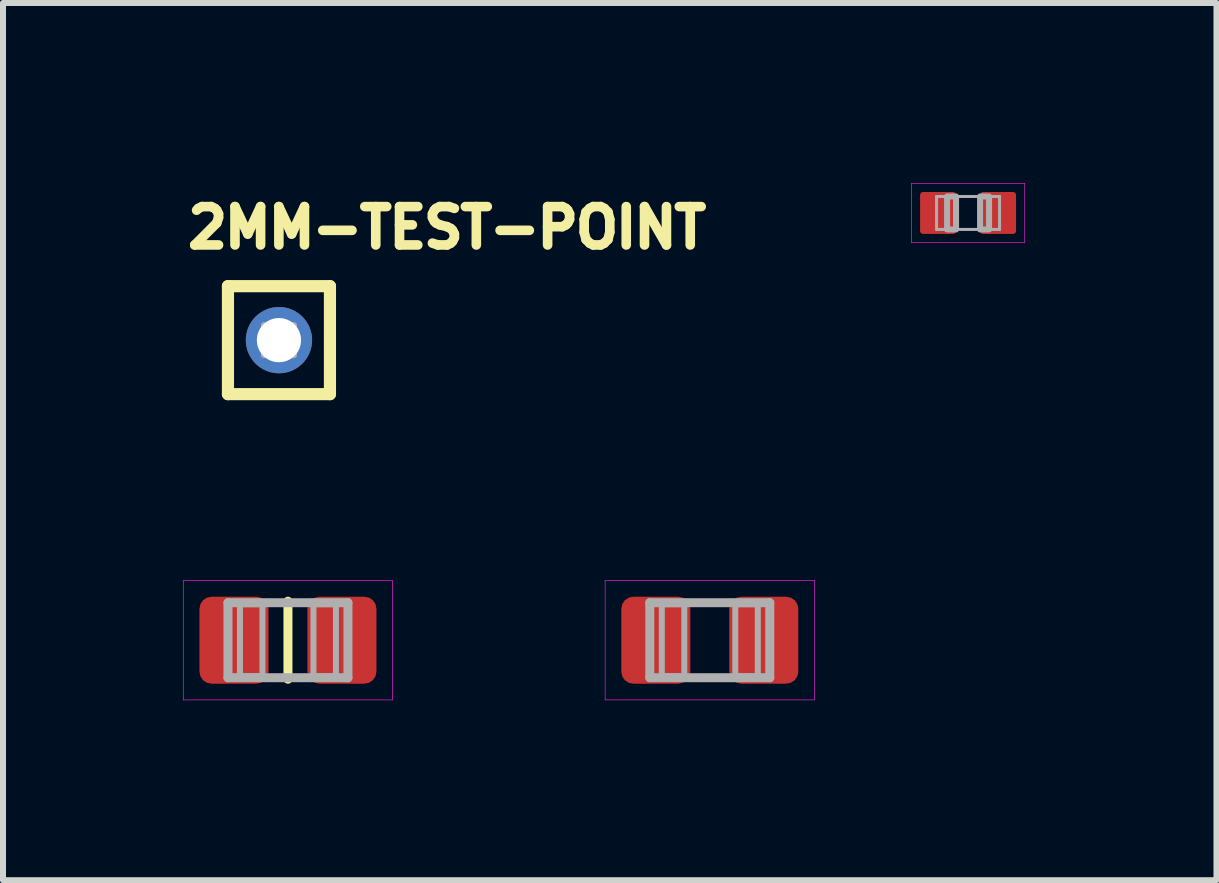
<source format=kicad_pcb>
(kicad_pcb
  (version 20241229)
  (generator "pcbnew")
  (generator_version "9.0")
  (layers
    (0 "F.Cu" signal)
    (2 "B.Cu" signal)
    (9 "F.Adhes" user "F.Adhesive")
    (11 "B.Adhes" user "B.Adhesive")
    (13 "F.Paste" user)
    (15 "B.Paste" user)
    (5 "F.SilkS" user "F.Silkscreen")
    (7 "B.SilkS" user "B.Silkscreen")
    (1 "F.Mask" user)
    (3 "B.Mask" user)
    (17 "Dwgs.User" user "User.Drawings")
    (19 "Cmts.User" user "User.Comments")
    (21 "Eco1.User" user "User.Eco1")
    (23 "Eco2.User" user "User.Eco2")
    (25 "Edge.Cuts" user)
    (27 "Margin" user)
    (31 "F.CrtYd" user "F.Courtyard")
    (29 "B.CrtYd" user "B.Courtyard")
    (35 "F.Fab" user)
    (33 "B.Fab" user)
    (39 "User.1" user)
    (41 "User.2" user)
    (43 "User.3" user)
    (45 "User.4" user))
  (footprint ".0402-B-NOSILK"
    (layer "F.Cu")
    (at 13.087 0.5)
    (property "Reference" ".0402-B-NOSILK" (at 0 0 0) (layer "F.Mask") (effects (font (size 0.17 0.17) (thickness 0.03))))
    (fp_line (start -0.525 -0.275) (end 0.525 -0.275) (stroke (width 0.05) (type solid)) (layer "F.Mask"))
    (fp_line (start -0.525 0.275) (end -0.525 -0.275) (stroke (width 0.05) (type solid)) (layer "F.Mask"))
    (fp_line (start 0.525 -0.275) (end 0.525 0.275) (stroke (width 0.05) (type solid)) (layer "F.Mask"))
    (fp_line (start 0.525 0.275) (end -0.525 0.275) (stroke (width 0.05) (type solid)) (layer "F.Mask"))
    (fp_poly (pts (xy -0.86 0.41) (xy -0.14 0.41) (xy -0.14 -0.41) (xy -0.86 -0.41)) (stroke (width 0) (type solid)) (fill yes) (layer "F.Mask"))
    (fp_poly (pts (xy 0.14 0.41) (xy 0.86 0.41) (xy 0.86 -0.41) (xy 0.14 -0.41)) (stroke (width 0) (type solid)) (fill yes) (layer "F.Mask"))
    (fp_line (start -0.945 -0.495) (end -0.945 0.495) (stroke (width 0.01) (type solid)) (layer "F.CrtYd"))
    (fp_line (start -0.945 0.495) (end 0.945 0.495) (stroke (width 0.01) (type solid)) (layer "F.CrtYd"))
    (fp_line (start 0.945 -0.495) (end -0.945 -0.495) (stroke (width 0.01) (type solid)) (layer "F.CrtYd"))
    (fp_line (start 0.945 0.495) (end 0.945 -0.495) (stroke (width 0.01) (type solid)) (layer "F.CrtYd"))
    (fp_line (start -0.525 -0.275) (end 0.525 -0.275) (stroke (width 0.05) (type solid)) (layer "F.Fab"))
    (fp_line (start -0.525 0.275) (end -0.525 -0.275) (stroke (width 0.05) (type solid)) (layer "F.Fab"))
    (fp_line (start 0.525 -0.275) (end 0.525 0.275) (stroke (width 0.05) (type solid)) (layer "F.Fab"))
    (fp_line (start 0.525 0.275) (end -0.525 0.275) (stroke (width 0.05) (type solid)) (layer "F.Fab"))
    (fp_poly (pts (xy -0.35 0.275) (xy -0.2 0.275) (xy -0.2 -0.275) (xy -0.35 -0.275)) (stroke (width 0.1) (type solid)) (fill no) (layer "F.Fab"))
    (fp_poly (pts (xy 0.2 0.275) (xy 0.35 0.275) (xy 0.35 -0.275) (xy 0.2 -0.275)) (stroke (width 0.1) (type solid)) (fill no) (layer "F.Fab"))
    (pad "1" smd roundrect (at -0.5 0) (size 0.6 0.7) (layers "F.Cu" "F.Paste") (roundrect_rratio 0.085))
    (pad "2" smd roundrect (at 0.5 0) (size 0.6 0.7) (layers "F.Cu" "F.Paste") (roundrect_rratio 0.085)))
  (footprint ".0805-B-NOSILK"
    (layer "F.Cu")
    (at 8.782 7.622)
    (property "Reference" ".0805-B-NOSILK" (at 0 0 0) (layer "F.Mask") (effects (font (size 0.34 0.34) (thickness 0.06))))
    (fp_line (start -1 -0.625) (end 1 -0.625) (stroke (width 0.15) (type solid)) (layer "F.Mask"))
    (fp_line (start -1 0.625) (end -1 -0.625) (stroke (width 0.15) (type solid)) (layer "F.Mask"))
    (fp_line (start 1 -0.625) (end 1 0.625) (stroke (width 0.15) (type solid)) (layer "F.Mask"))
    (fp_line (start 1 0.625) (end -1 0.625) (stroke (width 0.15) (type solid)) (layer "F.Mask"))
    (fp_poly (pts (xy -0.26 0.79) (xy -1.54 0.79) (xy -1.54 -0.79) (xy -0.26 -0.79)) (stroke (width 0) (type solid)) (fill yes) (layer "F.Mask"))
    (fp_poly (pts (xy 1.54 0.79) (xy 0.26 0.79) (xy 0.26 -0.79) (xy 1.54 -0.79)) (stroke (width 0) (type solid)) (fill yes) (layer "F.Mask"))
    (fp_line (start -1.745 -0.995) (end -1.745 0.995) (stroke (width 0.01) (type solid)) (layer "F.CrtYd"))
    (fp_line (start -1.745 0.995) (end 1.745 0.995) (stroke (width 0.01) (type solid)) (layer "F.CrtYd"))
    (fp_line (start 1.745 -0.995) (end -1.745 -0.995) (stroke (width 0.01) (type solid)) (layer "F.CrtYd"))
    (fp_line (start 1.745 0.995) (end 1.745 -0.995) (stroke (width 0.01) (type solid)) (layer "F.CrtYd"))
    (fp_line (start -1 -0.625) (end 1 -0.625) (stroke (width 0.15) (type solid)) (layer "F.Fab"))
    (fp_line (start -1 0.625) (end -1 -0.625) (stroke (width 0.15) (type solid)) (layer "F.Fab"))
    (fp_line (start 1 -0.625) (end 1 0.625) (stroke (width 0.15) (type solid)) (layer "F.Fab"))
    (fp_line (start 1 0.625) (end -1 0.625) (stroke (width 0.15) (type solid)) (layer "F.Fab"))
    (fp_poly (pts (xy -0.8 0.6) (xy -0.425 0.6) (xy -0.425 -0.6) (xy -0.8 -0.6)) (stroke (width 0.1) (type solid)) (fill no) (layer "F.Fab"))
    (fp_poly (pts (xy 0.425 0.6) (xy 0.8 0.6) (xy 0.8 -0.6) (xy 0.425 -0.6)) (stroke (width 0.1) (type solid)) (fill no) (layer "F.Fab"))
    (pad "1" smd roundrect (at -0.9 0) (size 1.15 1.45) (layers "F.Cu" "F.Paste") (roundrect_rratio 0.175))
    (pad "2" smd roundrect (at 0.9 0) (size 1.15 1.45) (layers "F.Cu" "F.Paste") (roundrect_rratio 0.175)))
  (footprint "2MM-TEST-POINT"
    (layer "F.Cu")
    (at 1.6 2.62)
    (property "Reference" "2MM-TEST-POINT" (at -1.6 -1.5 0) (layer "F.SilkS") (effects (font (size 0.64 0.64) (thickness 0.16)) (justify left bottom)))
    (fp_line (start -0.85 -0.9) (end -0.85 0.9) (stroke (width 0.203) (type solid)) (layer "F.SilkS"))
    (fp_line (start -0.85 0.9) (end 0.85 0.9) (stroke (width 0.203) (type solid)) (layer "F.SilkS"))
    (fp_line (start 0.85 -0.9) (end -0.85 -0.9) (stroke (width 0.203) (type solid)) (layer "F.SilkS"))
    (fp_line (start 0.85 0.9) (end 0.85 -0.9) (stroke (width 0.203) (type solid)) (layer "F.SilkS"))
    (fp_poly (pts (xy -0.25 0.25) (xy 0.25 0.25) (xy 0.25 -0.25) (xy -0.25 -0.25)) (stroke (width 0.1) (type solid)) (fill no) (layer "F.Fab"))
    (pad "1" thru_hole circle (at 0 0) (size 1.105 1.105) (drill 0.737) (layers "*.Cu" "*.Mask")))
  (footprint ".0805-B"
    (layer "F.Cu")
    (at 1.75 7.622)
    (property "Reference" ".0805-B" (at 0 0 0) (layer "F.Mask") (effects (font (size 0.34 0.34) (thickness 0.06))))
    (fp_line (start -1 -0.625) (end 1 -0.625) (stroke (width 0.15) (type solid)) (layer "F.Mask"))
    (fp_line (start -1 0.625) (end -1 -0.625) (stroke (width 0.15) (type solid)) (layer "F.Mask"))
    (fp_line (start 1 -0.625) (end 1 0.625) (stroke (width 0.15) (type solid)) (layer "F.Mask"))
    (fp_line (start 1 0.625) (end -1 0.625) (stroke (width 0.15) (type solid)) (layer "F.Mask"))
    (fp_poly (pts (xy -0.26 0.79) (xy -1.54 0.79) (xy -1.54 -0.79) (xy -0.26 -0.79)) (stroke (width 0) (type solid)) (fill yes) (layer "F.Mask"))
    (fp_poly (pts (xy 1.54 0.79) (xy 0.26 0.79) (xy 0.26 -0.79) (xy 1.54 -0.79)) (stroke (width 0) (type solid)) (fill yes) (layer "F.Mask"))
    (fp_line (start 0 -0.65) (end 0 0.65) (stroke (width 0.15) (type solid)) (layer "F.SilkS"))
    (fp_line (start -1.745 -0.995) (end -1.745 0.995) (stroke (width 0.01) (type solid)) (layer "F.CrtYd"))
    (fp_line (start -1.745 0.995) (end 1.745 0.995) (stroke (width 0.01) (type solid)) (layer "F.CrtYd"))
    (fp_line (start 1.745 -0.995) (end -1.745 -0.995) (stroke (width 0.01) (type solid)) (layer "F.CrtYd"))
    (fp_line (start 1.745 0.995) (end 1.745 -0.995) (stroke (width 0.01) (type solid)) (layer "F.CrtYd"))
    (fp_line (start -1 -0.625) (end 1 -0.625) (stroke (width 0.15) (type solid)) (layer "F.Fab"))
    (fp_line (start -1 0.625) (end -1 -0.625) (stroke (width 0.15) (type solid)) (layer "F.Fab"))
    (fp_line (start 1 -0.625) (end 1 0.625) (stroke (width 0.15) (type solid)) (layer "F.Fab"))
    (fp_line (start 1 0.625) (end -1 0.625) (stroke (width 0.15) (type solid)) (layer "F.Fab"))
    (fp_poly (pts (xy -0.8 0.6) (xy -0.425 0.6) (xy -0.425 -0.6) (xy -0.8 -0.6)) (stroke (width 0.1) (type solid)) (fill no) (layer "F.Fab"))
    (fp_poly (pts (xy 0.425 0.6) (xy 0.8 0.6) (xy 0.8 -0.6) (xy 0.425 -0.6)) (stroke (width 0.1) (type solid)) (fill no) (layer "F.Fab"))
    (pad "1" smd roundrect (at -0.9 0) (size 1.15 1.45) (layers "F.Cu" "F.Paste") (roundrect_rratio 0.175))
    (pad "2" smd roundrect (at 0.9 0) (size 1.15 1.45) (layers "F.Cu" "F.Paste") (roundrect_rratio 0.175)))
  (gr_rect
    (start -3 -3)
    (end 17.228 11.622)
    (stroke (width 0.1) (type default))
    (fill no)
    (layer "Edge.Cuts")))
</source>
